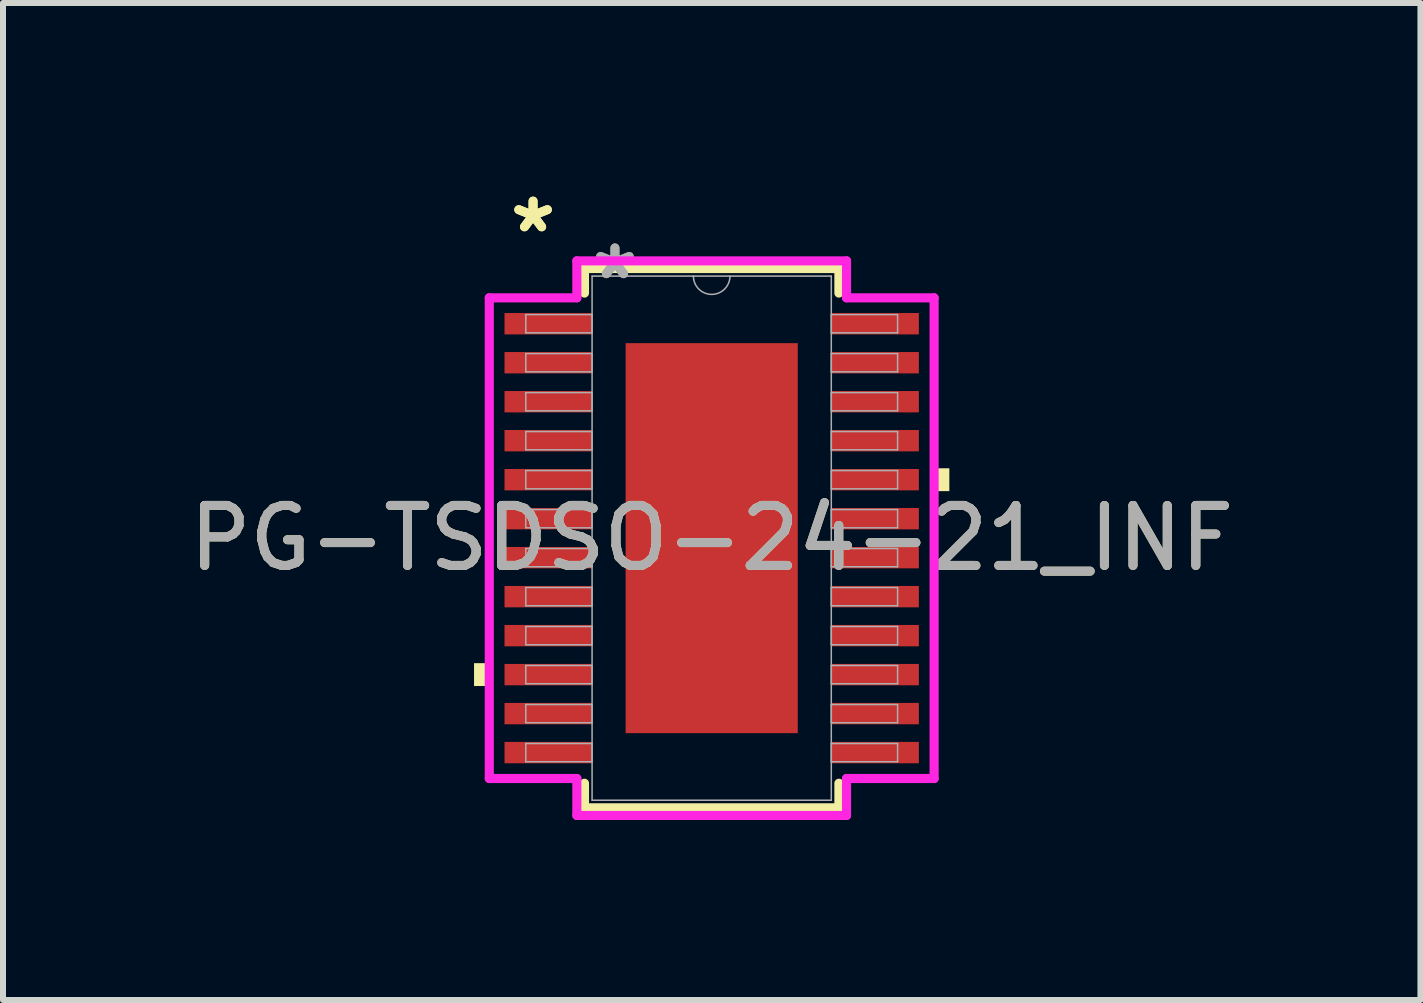
<source format=kicad_pcb>
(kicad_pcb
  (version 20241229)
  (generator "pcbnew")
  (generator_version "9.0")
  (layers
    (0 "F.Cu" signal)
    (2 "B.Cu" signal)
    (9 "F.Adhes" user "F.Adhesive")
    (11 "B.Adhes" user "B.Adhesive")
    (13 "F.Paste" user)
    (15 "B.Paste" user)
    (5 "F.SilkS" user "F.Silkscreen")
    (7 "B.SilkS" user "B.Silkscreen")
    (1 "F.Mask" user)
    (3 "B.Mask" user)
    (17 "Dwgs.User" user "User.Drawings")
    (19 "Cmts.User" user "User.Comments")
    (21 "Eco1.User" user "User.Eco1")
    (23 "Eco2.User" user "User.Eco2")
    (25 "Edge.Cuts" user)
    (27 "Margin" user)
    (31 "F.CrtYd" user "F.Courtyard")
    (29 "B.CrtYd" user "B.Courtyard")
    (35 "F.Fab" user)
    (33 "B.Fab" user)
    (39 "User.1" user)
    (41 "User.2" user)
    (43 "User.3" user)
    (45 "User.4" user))
  (footprint "PG-TSDSO-24-21_INF"
    (layer "F.Cu")
    (at 8.815 5.922)
    (property "Reference" "PG-TSDSO-24-21_INF" (at 0 0 0) (unlocked yes) (layer "F.SilkS") (effects (font (size 1 1) (thickness 0.15))))
    (attr smd)
    (fp_line (start -2.121 -4.496) (end -2.121 -4.086) (stroke (width 0.152) (type solid)) (layer "F.SilkS"))
    (fp_line (start -2.121 4.086) (end -2.121 4.496) (stroke (width 0.152) (type solid)) (layer "F.SilkS"))
    (fp_line (start -2.121 4.496) (end 2.121 4.496) (stroke (width 0.152) (type solid)) (layer "F.SilkS"))
    (fp_line (start 2.121 -4.496) (end -2.121 -4.496) (stroke (width 0.152) (type solid)) (layer "F.SilkS"))
    (fp_line (start 2.121 -4.086) (end 2.121 -4.496) (stroke (width 0.152) (type solid)) (layer "F.SilkS"))
    (fp_line (start 2.121 4.496) (end 2.121 4.086) (stroke (width 0.152) (type solid)) (layer "F.SilkS"))
    (fp_poly (pts (xy -3.962 2.084) (xy -3.962 2.465) (xy -3.708 2.465) (xy -3.708 2.084)) (stroke (width 0) (type solid)) (fill yes) (layer "F.SilkS"))
    (fp_poly (pts (xy 3.962 -1.165) (xy 3.962 -0.784) (xy 3.708 -0.784) (xy 3.708 -1.165)) (stroke (width 0) (type solid)) (fill yes) (layer "F.SilkS"))
    (fp_poly (pts (xy -1.335 -3.151) (xy -1.335 -2.051) (xy -0.1 -2.051) (xy -0.1 -3.151)) (stroke (width 0) (type solid)) (fill yes) (layer "F.Paste"))
    (fp_poly (pts (xy -1.335 -1.851) (xy -1.335 -0.75) (xy -0.1 -0.75) (xy -0.1 -1.851)) (stroke (width 0) (type solid)) (fill yes) (layer "F.Paste"))
    (fp_poly (pts (xy -1.335 -0.55) (xy -1.335 0.55) (xy -0.1 0.55) (xy -0.1 -0.55)) (stroke (width 0) (type solid)) (fill yes) (layer "F.Paste"))
    (fp_poly (pts (xy -1.335 0.75) (xy -1.335 1.851) (xy -0.1 1.851) (xy -0.1 0.75)) (stroke (width 0) (type solid)) (fill yes) (layer "F.Paste"))
    (fp_poly (pts (xy -1.335 2.051) (xy -1.335 3.151) (xy -0.1 3.151) (xy -0.1 2.051)) (stroke (width 0) (type solid)) (fill yes) (layer "F.Paste"))
    (fp_poly (pts (xy 0.1 -3.151) (xy 0.1 -2.051) (xy 1.335 -2.051) (xy 1.335 -3.151)) (stroke (width 0) (type solid)) (fill yes) (layer "F.Paste"))
    (fp_poly (pts (xy 0.1 -1.851) (xy 0.1 -0.75) (xy 1.335 -0.75) (xy 1.335 -1.851)) (stroke (width 0) (type solid)) (fill yes) (layer "F.Paste"))
    (fp_poly (pts (xy 0.1 -0.55) (xy 0.1 0.55) (xy 1.335 0.55) (xy 1.335 -0.55)) (stroke (width 0) (type solid)) (fill yes) (layer "F.Paste"))
    (fp_poly (pts (xy 0.1 0.75) (xy 0.1 1.851) (xy 1.335 1.851) (xy 1.335 0.75)) (stroke (width 0) (type solid)) (fill yes) (layer "F.Paste"))
    (fp_poly (pts (xy 0.1 2.051) (xy 0.1 3.151) (xy 1.335 3.151) (xy 1.335 2.051)) (stroke (width 0) (type solid)) (fill yes) (layer "F.Paste"))
    (fp_line (start -3.708 -4.007) (end -2.248 -4.007) (stroke (width 0.152) (type solid)) (layer "F.CrtYd"))
    (fp_line (start -3.708 4.007) (end -3.708 -4.007) (stroke (width 0.152) (type solid)) (layer "F.CrtYd"))
    (fp_line (start -3.708 4.007) (end -2.248 4.007) (stroke (width 0.152) (type solid)) (layer "F.CrtYd"))
    (fp_line (start -2.248 -4.623) (end 2.248 -4.623) (stroke (width 0.152) (type solid)) (layer "F.CrtYd"))
    (fp_line (start -2.248 -4.007) (end -2.248 -4.623) (stroke (width 0.152) (type solid)) (layer "F.CrtYd"))
    (fp_line (start -2.248 4.623) (end -2.248 4.007) (stroke (width 0.152) (type solid)) (layer "F.CrtYd"))
    (fp_line (start 2.248 -4.623) (end 2.248 -4.007) (stroke (width 0.152) (type solid)) (layer "F.CrtYd"))
    (fp_line (start 2.248 4.007) (end 2.248 4.623) (stroke (width 0.152) (type solid)) (layer "F.CrtYd"))
    (fp_line (start 2.248 4.623) (end -2.248 4.623) (stroke (width 0.152) (type solid)) (layer "F.CrtYd"))
    (fp_line (start 3.708 -4.007) (end 2.248 -4.007) (stroke (width 0.152) (type solid)) (layer "F.CrtYd"))
    (fp_line (start 3.708 -4.007) (end 3.708 4.007) (stroke (width 0.152) (type solid)) (layer "F.CrtYd"))
    (fp_line (start 3.708 4.007) (end 2.248 4.007) (stroke (width 0.152) (type solid)) (layer "F.CrtYd"))
    (fp_line (start -3.099 -3.727) (end -3.099 -3.423) (stroke (width 0.025) (type solid)) (layer "F.Fab"))
    (fp_line (start -3.099 -3.423) (end -1.994 -3.423) (stroke (width 0.025) (type solid)) (layer "F.Fab"))
    (fp_line (start -3.099 -3.077) (end -3.099 -2.773) (stroke (width 0.025) (type solid)) (layer "F.Fab"))
    (fp_line (start -3.099 -2.773) (end -1.994 -2.773) (stroke (width 0.025) (type solid)) (layer "F.Fab"))
    (fp_line (start -3.099 -2.427) (end -3.099 -2.123) (stroke (width 0.025) (type solid)) (layer "F.Fab"))
    (fp_line (start -3.099 -2.123) (end -1.994 -2.123) (stroke (width 0.025) (type solid)) (layer "F.Fab"))
    (fp_line (start -3.099 -1.777) (end -3.099 -1.473) (stroke (width 0.025) (type solid)) (layer "F.Fab"))
    (fp_line (start -3.099 -1.473) (end -1.994 -1.473) (stroke (width 0.025) (type solid)) (layer "F.Fab"))
    (fp_line (start -3.099 -1.127) (end -3.099 -0.823) (stroke (width 0.025) (type solid)) (layer "F.Fab"))
    (fp_line (start -3.099 -0.823) (end -1.994 -0.823) (stroke (width 0.025) (type solid)) (layer "F.Fab"))
    (fp_line (start -3.099 -0.477) (end -3.099 -0.173) (stroke (width 0.025) (type solid)) (layer "F.Fab"))
    (fp_line (start -3.099 -0.173) (end -1.994 -0.173) (stroke (width 0.025) (type solid)) (layer "F.Fab"))
    (fp_line (start -3.099 0.173) (end -3.099 0.477) (stroke (width 0.025) (type solid)) (layer "F.Fab"))
    (fp_line (start -3.099 0.477) (end -1.994 0.477) (stroke (width 0.025) (type solid)) (layer "F.Fab"))
    (fp_line (start -3.099 0.823) (end -3.099 1.127) (stroke (width 0.025) (type solid)) (layer "F.Fab"))
    (fp_line (start -3.099 1.127) (end -1.994 1.127) (stroke (width 0.025) (type solid)) (layer "F.Fab"))
    (fp_line (start -3.099 1.473) (end -3.099 1.777) (stroke (width 0.025) (type solid)) (layer "F.Fab"))
    (fp_line (start -3.099 1.777) (end -1.994 1.777) (stroke (width 0.025) (type solid)) (layer "F.Fab"))
    (fp_line (start -3.099 2.123) (end -3.099 2.427) (stroke (width 0.025) (type solid)) (layer "F.Fab"))
    (fp_line (start -3.099 2.427) (end -1.994 2.427) (stroke (width 0.025) (type solid)) (layer "F.Fab"))
    (fp_line (start -3.099 2.773) (end -3.099 3.077) (stroke (width 0.025) (type solid)) (layer "F.Fab"))
    (fp_line (start -3.099 3.077) (end -1.994 3.077) (stroke (width 0.025) (type solid)) (layer "F.Fab"))
    (fp_line (start -3.099 3.423) (end -3.099 3.727) (stroke (width 0.025) (type solid)) (layer "F.Fab"))
    (fp_line (start -3.099 3.727) (end -1.994 3.727) (stroke (width 0.025) (type solid)) (layer "F.Fab"))
    (fp_line (start -1.994 -4.369) (end -1.994 4.369) (stroke (width 0.025) (type solid)) (layer "F.Fab"))
    (fp_line (start -1.994 -3.727) (end -3.099 -3.727) (stroke (width 0.025) (type solid)) (layer "F.Fab"))
    (fp_line (start -1.994 -3.423) (end -1.994 -3.727) (stroke (width 0.025) (type solid)) (layer "F.Fab"))
    (fp_line (start -1.994 -3.077) (end -3.099 -3.077) (stroke (width 0.025) (type solid)) (layer "F.Fab"))
    (fp_line (start -1.994 -2.773) (end -1.994 -3.077) (stroke (width 0.025) (type solid)) (layer "F.Fab"))
    (fp_line (start -1.994 -2.427) (end -3.099 -2.427) (stroke (width 0.025) (type solid)) (layer "F.Fab"))
    (fp_line (start -1.994 -2.123) (end -1.994 -2.427) (stroke (width 0.025) (type solid)) (layer "F.Fab"))
    (fp_line (start -1.994 -1.777) (end -3.099 -1.777) (stroke (width 0.025) (type solid)) (layer "F.Fab"))
    (fp_line (start -1.994 -1.473) (end -1.994 -1.777) (stroke (width 0.025) (type solid)) (layer "F.Fab"))
    (fp_line (start -1.994 -1.127) (end -3.099 -1.127) (stroke (width 0.025) (type solid)) (layer "F.Fab"))
    (fp_line (start -1.994 -0.823) (end -1.994 -1.127) (stroke (width 0.025) (type solid)) (layer "F.Fab"))
    (fp_line (start -1.994 -0.477) (end -3.099 -0.477) (stroke (width 0.025) (type solid)) (layer "F.Fab"))
    (fp_line (start -1.994 -0.173) (end -1.994 -0.477) (stroke (width 0.025) (type solid)) (layer "F.Fab"))
    (fp_line (start -1.994 0.173) (end -3.099 0.173) (stroke (width 0.025) (type solid)) (layer "F.Fab"))
    (fp_line (start -1.994 0.477) (end -1.994 0.173) (stroke (width 0.025) (type solid)) (layer "F.Fab"))
    (fp_line (start -1.994 0.823) (end -3.099 0.823) (stroke (width 0.025) (type solid)) (layer "F.Fab"))
    (fp_line (start -1.994 1.127) (end -1.994 0.823) (stroke (width 0.025) (type solid)) (layer "F.Fab"))
    (fp_line (start -1.994 1.473) (end -3.099 1.473) (stroke (width 0.025) (type solid)) (layer "F.Fab"))
    (fp_line (start -1.994 1.777) (end -1.994 1.473) (stroke (width 0.025) (type solid)) (layer "F.Fab"))
    (fp_line (start -1.994 2.123) (end -3.099 2.123) (stroke (width 0.025) (type solid)) (layer "F.Fab"))
    (fp_line (start -1.994 2.427) (end -1.994 2.123) (stroke (width 0.025) (type solid)) (layer "F.Fab"))
    (fp_line (start -1.994 2.773) (end -3.099 2.773) (stroke (width 0.025) (type solid)) (layer "F.Fab"))
    (fp_line (start -1.994 3.077) (end -1.994 2.773) (stroke (width 0.025) (type solid)) (layer "F.Fab"))
    (fp_line (start -1.994 3.423) (end -3.099 3.423) (stroke (width 0.025) (type solid)) (layer "F.Fab"))
    (fp_line (start -1.994 3.727) (end -1.994 3.423) (stroke (width 0.025) (type solid)) (layer "F.Fab"))
    (fp_line (start -1.994 4.369) (end 1.994 4.369) (stroke (width 0.025) (type solid)) (layer "F.Fab"))
    (fp_line (start 1.994 -4.369) (end -1.994 -4.369) (stroke (width 0.025) (type solid)) (layer "F.Fab"))
    (fp_line (start 1.994 -3.727) (end 1.994 -3.423) (stroke (width 0.025) (type solid)) (layer "F.Fab"))
    (fp_line (start 1.994 -3.423) (end 3.099 -3.423) (stroke (width 0.025) (type solid)) (layer "F.Fab"))
    (fp_line (start 1.994 -3.077) (end 1.994 -2.773) (stroke (width 0.025) (type solid)) (layer "F.Fab"))
    (fp_line (start 1.994 -2.773) (end 3.099 -2.773) (stroke (width 0.025) (type solid)) (layer "F.Fab"))
    (fp_line (start 1.994 -2.427) (end 1.994 -2.123) (stroke (width 0.025) (type solid)) (layer "F.Fab"))
    (fp_line (start 1.994 -2.123) (end 3.099 -2.123) (stroke (width 0.025) (type solid)) (layer "F.Fab"))
    (fp_line (start 1.994 -1.777) (end 1.994 -1.473) (stroke (width 0.025) (type solid)) (layer "F.Fab"))
    (fp_line (start 1.994 -1.473) (end 3.099 -1.473) (stroke (width 0.025) (type solid)) (layer "F.Fab"))
    (fp_line (start 1.994 -1.127) (end 1.994 -0.823) (stroke (width 0.025) (type solid)) (layer "F.Fab"))
    (fp_line (start 1.994 -0.823) (end 3.099 -0.823) (stroke (width 0.025) (type solid)) (layer "F.Fab"))
    (fp_line (start 1.994 -0.477) (end 1.994 -0.173) (stroke (width 0.025) (type solid)) (layer "F.Fab"))
    (fp_line (start 1.994 -0.173) (end 3.099 -0.173) (stroke (width 0.025) (type solid)) (layer "F.Fab"))
    (fp_line (start 1.994 0.173) (end 1.994 0.477) (stroke (width 0.025) (type solid)) (layer "F.Fab"))
    (fp_line (start 1.994 0.477) (end 3.099 0.477) (stroke (width 0.025) (type solid)) (layer "F.Fab"))
    (fp_line (start 1.994 0.823) (end 1.994 1.127) (stroke (width 0.025) (type solid)) (layer "F.Fab"))
    (fp_line (start 1.994 1.127) (end 3.099 1.127) (stroke (width 0.025) (type solid)) (layer "F.Fab"))
    (fp_line (start 1.994 1.473) (end 1.994 1.777) (stroke (width 0.025) (type solid)) (layer "F.Fab"))
    (fp_line (start 1.994 1.777) (end 3.099 1.777) (stroke (width 0.025) (type solid)) (layer "F.Fab"))
    (fp_line (start 1.994 2.123) (end 1.994 2.427) (stroke (width 0.025) (type solid)) (layer "F.Fab"))
    (fp_line (start 1.994 2.427) (end 3.099 2.427) (stroke (width 0.025) (type solid)) (layer "F.Fab"))
    (fp_line (start 1.994 2.773) (end 1.994 3.077) (stroke (width 0.025) (type solid)) (layer "F.Fab"))
    (fp_line (start 1.994 3.077) (end 3.099 3.077) (stroke (width 0.025) (type solid)) (layer "F.Fab"))
    (fp_line (start 1.994 3.423) (end 1.994 3.727) (stroke (width 0.025) (type solid)) (layer "F.Fab"))
    (fp_line (start 1.994 3.727) (end 3.099 3.727) (stroke (width 0.025) (type solid)) (layer "F.Fab"))
    (fp_line (start 1.994 4.369) (end 1.994 -4.369) (stroke (width 0.025) (type solid)) (layer "F.Fab"))
    (fp_line (start 3.099 -3.727) (end 1.994 -3.727) (stroke (width 0.025) (type solid)) (layer "F.Fab"))
    (fp_line (start 3.099 -3.423) (end 3.099 -3.727) (stroke (width 0.025) (type solid)) (layer "F.Fab"))
    (fp_line (start 3.099 -3.077) (end 1.994 -3.077) (stroke (width 0.025) (type solid)) (layer "F.Fab"))
    (fp_line (start 3.099 -2.773) (end 3.099 -3.077) (stroke (width 0.025) (type solid)) (layer "F.Fab"))
    (fp_line (start 3.099 -2.427) (end 1.994 -2.427) (stroke (width 0.025) (type solid)) (layer "F.Fab"))
    (fp_line (start 3.099 -2.123) (end 3.099 -2.427) (stroke (width 0.025) (type solid)) (layer "F.Fab"))
    (fp_line (start 3.099 -1.777) (end 1.994 -1.777) (stroke (width 0.025) (type solid)) (layer "F.Fab"))
    (fp_line (start 3.099 -1.473) (end 3.099 -1.777) (stroke (width 0.025) (type solid)) (layer "F.Fab"))
    (fp_line (start 3.099 -1.127) (end 1.994 -1.127) (stroke (width 0.025) (type solid)) (layer "F.Fab"))
    (fp_line (start 3.099 -0.823) (end 3.099 -1.127) (stroke (width 0.025) (type solid)) (layer "F.Fab"))
    (fp_line (start 3.099 -0.477) (end 1.994 -0.477) (stroke (width 0.025) (type solid)) (layer "F.Fab"))
    (fp_line (start 3.099 -0.173) (end 3.099 -0.477) (stroke (width 0.025) (type solid)) (layer "F.Fab"))
    (fp_line (start 3.099 0.173) (end 1.994 0.173) (stroke (width 0.025) (type solid)) (layer "F.Fab"))
    (fp_line (start 3.099 0.477) (end 3.099 0.173) (stroke (width 0.025) (type solid)) (layer "F.Fab"))
    (fp_line (start 3.099 0.823) (end 1.994 0.823) (stroke (width 0.025) (type solid)) (layer "F.Fab"))
    (fp_line (start 3.099 1.127) (end 3.099 0.823) (stroke (width 0.025) (type solid)) (layer "F.Fab"))
    (fp_line (start 3.099 1.473) (end 1.994 1.473) (stroke (width 0.025) (type solid)) (layer "F.Fab"))
    (fp_line (start 3.099 1.777) (end 3.099 1.473) (stroke (width 0.025) (type solid)) (layer "F.Fab"))
    (fp_line (start 3.099 2.123) (end 1.994 2.123) (stroke (width 0.025) (type solid)) (layer "F.Fab"))
    (fp_line (start 3.099 2.427) (end 3.099 2.123) (stroke (width 0.025) (type solid)) (layer "F.Fab"))
    (fp_line (start 3.099 2.773) (end 1.994 2.773) (stroke (width 0.025) (type solid)) (layer "F.Fab"))
    (fp_line (start 3.099 3.077) (end 3.099 2.773) (stroke (width 0.025) (type solid)) (layer "F.Fab"))
    (fp_line (start 3.099 3.423) (end 1.994 3.423) (stroke (width 0.025) (type solid)) (layer "F.Fab"))
    (fp_line (start 3.099 3.727) (end 3.099 3.423) (stroke (width 0.025) (type solid)) (layer "F.Fab"))
    (fp_arc (start 0.3048 -4.3688) (mid 0 -4.064) (end -0.3048 -4.3688) (stroke (width 0.0254) (type solid)) (layer "F.Fab"))
    (fp_text user "*" (at -2.978 -5.074 0) (layer "F.SilkS") (effects (font (size 1 1) (thickness 0.15))))
    (fp_text user "*" (at -2.978 -5.074 0) (unlocked yes) (layer "F.SilkS") (effects (font (size 1 1) (thickness 0.15))))
    (fp_text user "${REFERENCE}" (at 0 0 0) (unlocked yes) (layer "F.Fab") (effects (font (size 1 1) (thickness 0.15))))
    (fp_text user "*" (at -1.613 -4.293 0) (layer "F.Fab") (effects (font (size 1 1) (thickness 0.15))))
    (fp_text user "*" (at -1.613 -4.293 0) (unlocked yes) (layer "F.Fab") (effects (font (size 1 1) (thickness 0.15))))
    (pad "1" smd rect (at -2.724 -3.575) (size 1.46 0.356) (layers "F.Cu" "F.Mask" "F.Paste"))
    (pad "2" smd rect (at -2.724 -2.925) (size 1.46 0.356) (layers "F.Cu" "F.Mask" "F.Paste"))
    (pad "3" smd rect (at -2.724 -2.275) (size 1.46 0.356) (layers "F.Cu" "F.Mask" "F.Paste"))
    (pad "4" smd rect (at -2.724 -1.625) (size 1.46 0.356) (layers "F.Cu" "F.Mask" "F.Paste"))
    (pad "5" smd rect (at -2.724 -0.975) (size 1.46 0.356) (layers "F.Cu" "F.Mask" "F.Paste"))
    (pad "6" smd rect (at -2.724 -0.325) (size 1.46 0.356) (layers "F.Cu" "F.Mask" "F.Paste"))
    (pad "7" smd rect (at -2.724 0.325) (size 1.46 0.356) (layers "F.Cu" "F.Mask" "F.Paste"))
    (pad "8" smd rect (at -2.724 0.975) (size 1.46 0.356) (layers "F.Cu" "F.Mask" "F.Paste"))
    (pad "9" smd rect (at -2.724 1.625) (size 1.46 0.356) (layers "F.Cu" "F.Mask" "F.Paste"))
    (pad "10" smd rect (at -2.724 2.275) (size 1.46 0.356) (layers "F.Cu" "F.Mask" "F.Paste"))
    (pad "11" smd rect (at -2.724 2.925) (size 1.46 0.356) (layers "F.Cu" "F.Mask" "F.Paste"))
    (pad "12" smd rect (at -2.724 3.575) (size 1.46 0.356) (layers "F.Cu" "F.Mask" "F.Paste"))
    (pad "13" smd rect (at 2.724 3.575) (size 1.46 0.356) (layers "F.Cu" "F.Mask" "F.Paste"))
    (pad "14" smd rect (at 2.724 2.925) (size 1.46 0.356) (layers "F.Cu" "F.Mask" "F.Paste"))
    (pad "15" smd rect (at 2.724 2.275) (size 1.46 0.356) (layers "F.Cu" "F.Mask" "F.Paste"))
    (pad "16" smd rect (at 2.724 1.625) (size 1.46 0.356) (layers "F.Cu" "F.Mask" "F.Paste"))
    (pad "17" smd rect (at 2.724 0.975) (size 1.46 0.356) (layers "F.Cu" "F.Mask" "F.Paste"))
    (pad "18" smd rect (at 2.724 0.325) (size 1.46 0.356) (layers "F.Cu" "F.Mask" "F.Paste"))
    (pad "19" smd rect (at 2.724 -0.325) (size 1.46 0.356) (layers "F.Cu" "F.Mask" "F.Paste"))
    (pad "20" smd rect (at 2.724 -0.975) (size 1.46 0.356) (layers "F.Cu" "F.Mask" "F.Paste"))
    (pad "21" smd rect (at 2.724 -1.625) (size 1.46 0.356) (layers "F.Cu" "F.Mask" "F.Paste"))
    (pad "22" smd rect (at 2.724 -2.275) (size 1.46 0.356) (layers "F.Cu" "F.Mask" "F.Paste"))
    (pad "23" smd rect (at 2.724 -2.925) (size 1.46 0.356) (layers "F.Cu" "F.Mask" "F.Paste"))
    (pad "24" smd rect (at 2.724 -3.575) (size 1.46 0.356) (layers "F.Cu" "F.Mask" "F.Paste"))
    (pad "EPAD" smd rect (at 0 0) (size 2.87 6.502) (layers "F.Cu" "F.Mask")))
  (gr_rect
    (start -3 -3)
    (end 20.631 13.621)
    (stroke (width 0.1) (type default))
    (fill no)
    (layer "Edge.Cuts")))
</source>
